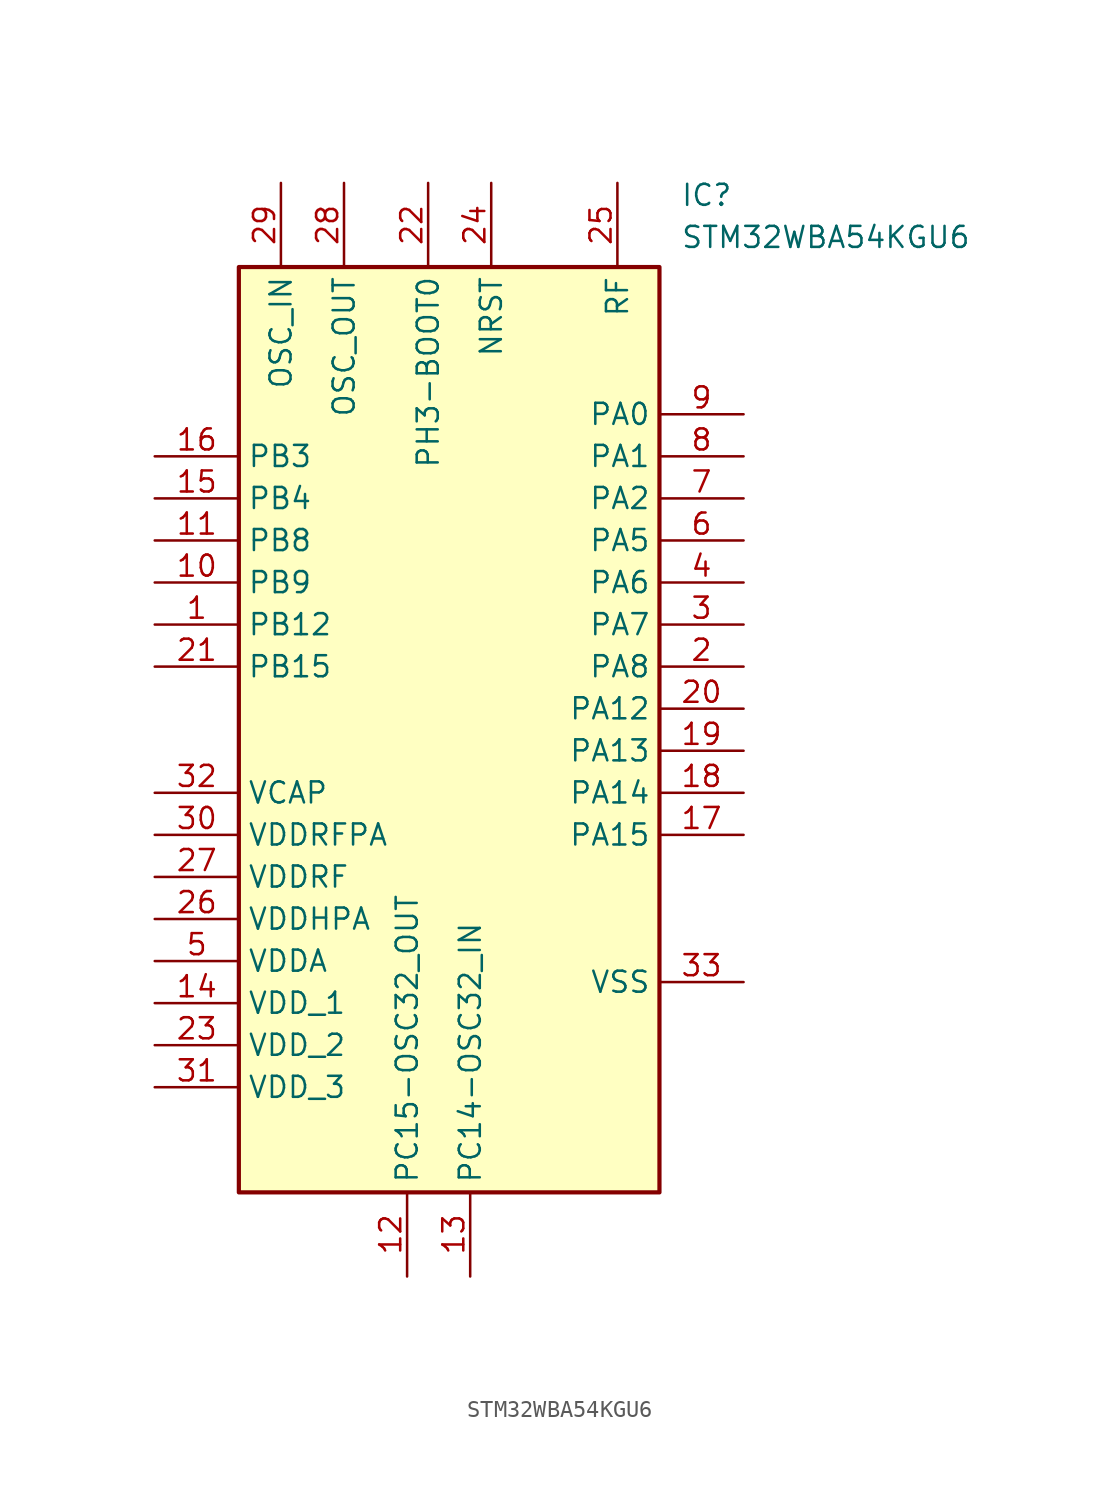
<source format=kicad_sym>
(kicad_symbol_lib
  (version 20231120)
  (generator "kicad_symbol_editor")
  (generator_version "8.0")
  (symbol "STM32WBA54KGU6"
    (property "Reference" "IC"
      (at 31.75 20.32 0)
      (effects (font (size 1.27 1.27)) (justify left top)))
    (property "Value" "STM32WBA54KGU6"
      (at 31.75 17.78 0)
      (effects (font (size 1.27 1.27)) (justify left top)))
    (symbol "STM32WBA54KGU6_1_1"
      (rectangle (start 5.08 15.24) (end 30.48 -40.64) (stroke (width 0.254) (type default)) (fill (type background)))
      (pin passive line (at 0 -6.35 0) (length 5.08) (name "PB12" (effects (font (size 1.27 1.27)))) (number "1" (effects (font (size 1.27 1.27)))))
      (pin passive line (at 0 -3.81 0) (length 5.08) (name "PB9" (effects (font (size 1.27 1.27)))) (number "10" (effects (font (size 1.27 1.27)))))
      (pin passive line (at 0 -1.27 0) (length 5.08) (name "PB8" (effects (font (size 1.27 1.27)))) (number "11" (effects (font (size 1.27 1.27)))))
      (pin passive line (at 15.24 -45.72 90) (length 5.08) (name "PC15-OSC32_OUT" (effects (font (size 1.27 1.27)))) (number "12" (effects (font (size 1.27 1.27)))))
      (pin passive line (at 19.05 -45.72 90) (length 5.08) (name "PC14-OSC32_IN" (effects (font (size 1.27 1.27)))) (number "13" (effects (font (size 1.27 1.27)))))
      (pin input line (at 0 -29.21 0) (length 5.08) (name "VDD_1" (effects (font (size 1.27 1.27)))) (number "14" (effects (font (size 1.27 1.27)))))
      (pin passive line (at 0 1.27 0) (length 5.08) (name "PB4" (effects (font (size 1.27 1.27)))) (number "15" (effects (font (size 1.27 1.27)))))
      (pin passive line (at 0 3.81 0) (length 5.08) (name "PB3" (effects (font (size 1.27 1.27)))) (number "16" (effects (font (size 1.27 1.27)))))
      (pin passive line (at 35.56 -19.05 180) (length 5.08) (name "PA15" (effects (font (size 1.27 1.27)))) (number "17" (effects (font (size 1.27 1.27)))))
      (pin passive line (at 35.56 -16.51 180) (length 5.08) (name "PA14" (effects (font (size 1.27 1.27)))) (number "18" (effects (font (size 1.27 1.27)))))
      (pin passive line (at 35.56 -13.97 180) (length 5.08) (name "PA13" (effects (font (size 1.27 1.27)))) (number "19" (effects (font (size 1.27 1.27)))))
      (pin passive line (at 35.56 -8.89 180) (length 5.08) (name "PA8" (effects (font (size 1.27 1.27)))) (number "2" (effects (font (size 1.27 1.27)))))
      (pin passive line (at 35.56 -11.43 180) (length 5.08) (name "PA12" (effects (font (size 1.27 1.27)))) (number "20" (effects (font (size 1.27 1.27)))))
      (pin passive line (at 0 -8.89 0) (length 5.08) (name "PB15" (effects (font (size 1.27 1.27)))) (number "21" (effects (font (size 1.27 1.27)))))
      (pin passive line (at 16.51 20.32 270) (length 5.08) (name "PH3-BOOT0" (effects (font (size 1.27 1.27)))) (number "22" (effects (font (size 1.27 1.27)))))
      (pin input line (at 0 -31.75 0) (length 5.08) (name "VDD_2" (effects (font (size 1.27 1.27)))) (number "23" (effects (font (size 1.27 1.27)))))
      (pin passive line (at 20.32 20.32 270) (length 5.08) (name "NRST" (effects (font (size 1.27 1.27)))) (number "24" (effects (font (size 1.27 1.27)))))
      (pin passive line (at 27.94 20.32 270) (length 5.08) (name "RF" (effects (font (size 1.27 1.27)))) (number "25" (effects (font (size 1.27 1.27)))))
      (pin input line (at 0 -24.13 0) (length 5.08) (name "VDDHPA" (effects (font (size 1.27 1.27)))) (number "26" (effects (font (size 1.27 1.27)))))
      (pin input line (at 0 -21.59 0) (length 5.08) (name "VDDRF" (effects (font (size 1.27 1.27)))) (number "27" (effects (font (size 1.27 1.27)))))
      (pin passive line (at 11.43 20.32 270) (length 5.08) (name "OSC_OUT" (effects (font (size 1.27 1.27)))) (number "28" (effects (font (size 1.27 1.27)))))
      (pin passive line (at 7.62 20.32 270) (length 5.08) (name "OSC_IN" (effects (font (size 1.27 1.27)))) (number "29" (effects (font (size 1.27 1.27)))))
      (pin passive line (at 35.56 -6.35 180) (length 5.08) (name "PA7" (effects (font (size 1.27 1.27)))) (number "3" (effects (font (size 1.27 1.27)))))
      (pin input line (at 0 -19.05 0) (length 5.08) (name "VDDRFPA" (effects (font (size 1.27 1.27)))) (number "30" (effects (font (size 1.27 1.27)))))
      (pin input line (at 0 -34.29 0) (length 5.08) (name "VDD_3" (effects (font (size 1.27 1.27)))) (number "31" (effects (font (size 1.27 1.27)))))
      (pin input line (at 0 -16.51 0) (length 5.08) (name "VCAP" (effects (font (size 1.27 1.27)))) (number "32" (effects (font (size 1.27 1.27)))))
      (pin power_in line (at 35.56 -27.94 180) (length 5.08) (name "VSS" (effects (font (size 1.27 1.27)))) (number "33" (effects (font (size 1.27 1.27)))))
      (pin passive line (at 35.56 -3.81 180) (length 5.08) (name "PA6" (effects (font (size 1.27 1.27)))) (number "4" (effects (font (size 1.27 1.27)))))
      (pin input line (at 0 -26.67 0) (length 5.08) (name "VDDA" (effects (font (size 1.27 1.27)))) (number "5" (effects (font (size 1.27 1.27)))))
      (pin passive line (at 35.56 -1.27 180) (length 5.08) (name "PA5" (effects (font (size 1.27 1.27)))) (number "6" (effects (font (size 1.27 1.27)))))
      (pin passive line (at 35.56 1.27 180) (length 5.08) (name "PA2" (effects (font (size 1.27 1.27)))) (number "7" (effects (font (size 1.27 1.27)))))
      (pin passive line (at 35.56 3.81 180) (length 5.08) (name "PA1" (effects (font (size 1.27 1.27)))) (number "8" (effects (font (size 1.27 1.27)))))
      (pin passive line (at 35.56 6.35 180) (length 5.08) (name "PA0" (effects (font (size 1.27 1.27)))) (number "9" (effects (font (size 1.27 1.27))))))))
</source>
